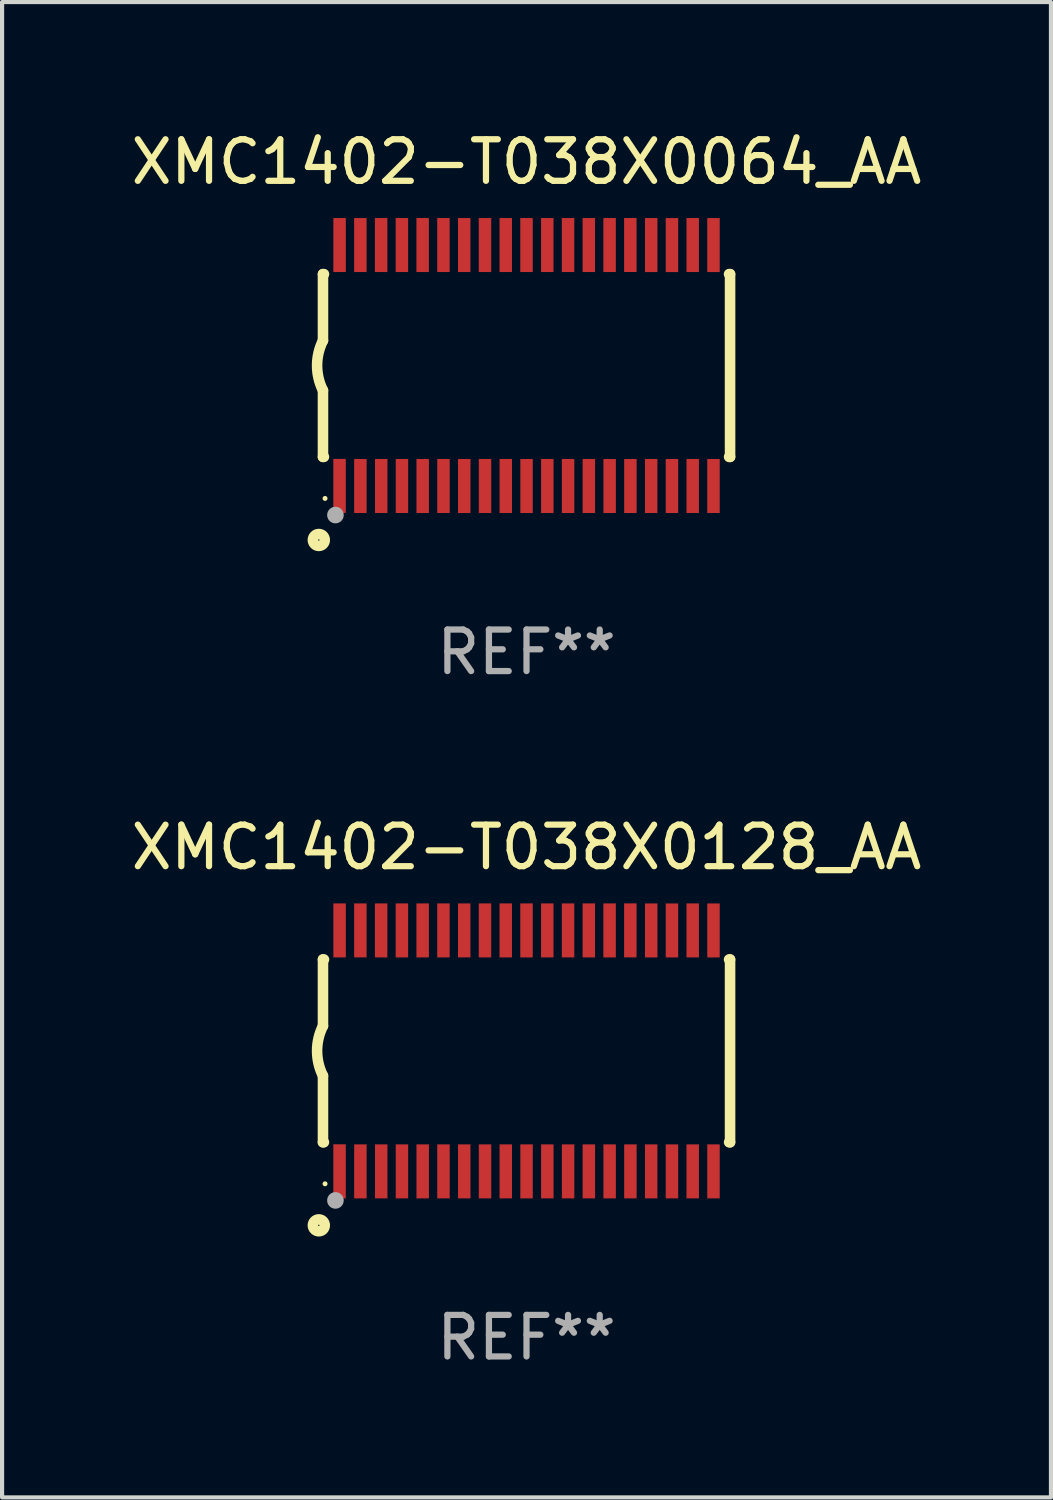
<source format=kicad_pcb>
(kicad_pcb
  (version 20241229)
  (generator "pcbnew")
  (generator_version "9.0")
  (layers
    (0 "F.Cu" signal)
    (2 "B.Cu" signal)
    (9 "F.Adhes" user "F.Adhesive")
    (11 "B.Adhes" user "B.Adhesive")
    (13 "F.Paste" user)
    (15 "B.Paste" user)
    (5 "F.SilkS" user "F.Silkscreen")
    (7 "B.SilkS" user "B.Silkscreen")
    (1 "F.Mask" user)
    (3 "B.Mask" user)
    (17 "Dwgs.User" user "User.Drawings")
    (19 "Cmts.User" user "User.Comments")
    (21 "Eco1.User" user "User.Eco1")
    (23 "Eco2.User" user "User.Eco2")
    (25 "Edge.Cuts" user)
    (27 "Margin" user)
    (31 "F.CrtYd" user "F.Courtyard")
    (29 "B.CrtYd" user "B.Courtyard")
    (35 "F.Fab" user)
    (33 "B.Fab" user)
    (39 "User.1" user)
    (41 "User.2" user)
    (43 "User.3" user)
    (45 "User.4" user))
  (footprint "XMC1402-T038X0128_AA"
    (layer "F.Cu")
    (at 9.625 22.248)
    (property "Reference" "XMC1402-T038X0128_AA" (at 0 -4.901 0) (layer "F.SilkS") (effects (font (size 1 1) (thickness 0.15))))
    (attr through_hole)
    (fp_line (start -4.9 -2.2) (end -4.9 -0.6) (stroke (width 0.254) (type solid)) (layer "F.SilkS"))
    (fp_line (start -4.9 -2.2) (end -4.876 -2.2) (stroke (width 0.254) (type solid)) (layer "F.SilkS"))
    (fp_line (start -4.9 2.2) (end -4.9 0.6) (stroke (width 0.254) (type solid)) (layer "F.SilkS"))
    (fp_line (start -4.9 2.2) (end -4.877 2.2) (stroke (width 0.254) (type solid)) (layer "F.SilkS"))
    (fp_line (start 4.876 -2.2) (end 4.9 -2.2) (stroke (width 0.254) (type solid)) (layer "F.SilkS"))
    (fp_line (start 4.877 2.2) (end 4.9 2.2) (stroke (width 0.254) (type solid)) (layer "F.SilkS"))
    (fp_line (start 4.9 -2.2) (end 4.9 2.2) (stroke (width 0.254) (type solid)) (layer "F.SilkS"))
    (fp_arc (start -4.900051 0.599822) (mid -5.041652 -0.000095) (end -4.9 -0.6) (stroke (width 0.254001) (type solid)) (layer "F.SilkS"))
    (fp_circle (center -5 4.2) (end -4.857 4.2) (stroke (width 0.254) (type solid)) (fill no) (layer "F.SilkS"))
    (fp_circle (center -4.85 3.2) (end -4.82 3.2) (stroke (width 0.06) (type solid)) (fill no) (layer "F.SilkS"))
    (fp_circle (center -4.6 3.6) (end -4.5 3.6) (stroke (width 0.2) (type solid)) (fill no) (layer "F.Fab"))
    (fp_text user "REF**" (at 0 6.901 0) (layer "F.Fab") (effects (font (size 1 1) (thickness 0.15))))
    (pad "1" smd rect (at -4.501 2.899 90) (size 1.3 0.3) (layers "F.Cu" "F.Mask" "F.Paste"))
    (pad "2" smd rect (at -3.999 2.901 90) (size 1.3 0.3) (layers "F.Cu" "F.Mask" "F.Paste"))
    (pad "3" smd rect (at -3.498 2.901 90) (size 1.3 0.3) (layers "F.Cu" "F.Mask" "F.Paste"))
    (pad "4" smd rect (at -2.999 2.901 90) (size 1.3 0.3) (layers "F.Cu" "F.Mask" "F.Paste"))
    (pad "5" smd rect (at -2.499 2.901 90) (size 1.3 0.3) (layers "F.Cu" "F.Mask" "F.Paste"))
    (pad "6" smd rect (at -1.999 2.901 90) (size 1.3 0.3) (layers "F.Cu" "F.Mask" "F.Paste"))
    (pad "7" smd rect (at -1.499 2.901 90) (size 1.3 0.3) (layers "F.Cu" "F.Mask" "F.Paste"))
    (pad "8" smd rect (at -0.999 2.901 90) (size 1.3 0.3) (layers "F.Cu" "F.Mask" "F.Paste"))
    (pad "9" smd rect (at -0.499 2.901 90) (size 1.3 0.3) (layers "F.Cu" "F.Mask" "F.Paste"))
    (pad "10" smd rect (at 0.001 2.901 90) (size 1.3 0.3) (layers "F.Cu" "F.Mask" "F.Paste"))
    (pad "11" smd rect (at 0.501 2.901 90) (size 1.3 0.3) (layers "F.Cu" "F.Mask" "F.Paste"))
    (pad "12" smd rect (at 1.001 2.901 90) (size 1.3 0.3) (layers "F.Cu" "F.Mask" "F.Paste"))
    (pad "13" smd rect (at 1.501 2.901 90) (size 1.3 0.3) (layers "F.Cu" "F.Mask" "F.Paste"))
    (pad "14" smd rect (at 2.001 2.901 90) (size 1.3 0.3) (layers "F.Cu" "F.Mask" "F.Paste"))
    (pad "15" smd rect (at 2.501 2.901 90) (size 1.3 0.3) (layers "F.Cu" "F.Mask" "F.Paste"))
    (pad "16" smd rect (at 3.001 2.901 90) (size 1.3 0.3) (layers "F.Cu" "F.Mask" "F.Paste"))
    (pad "17" smd rect (at 3.501 2.901 90) (size 1.3 0.3) (layers "F.Cu" "F.Mask" "F.Paste"))
    (pad "18" smd rect (at 4.001 2.901 90) (size 1.3 0.3) (layers "F.Cu" "F.Mask" "F.Paste"))
    (pad "19" smd rect (at 4.501 2.901 90) (size 1.3 0.3) (layers "F.Cu" "F.Mask" "F.Paste"))
    (pad "20" smd rect (at 4.501 -2.899 90) (size 1.3 0.3) (layers "F.Cu" "F.Mask" "F.Paste"))
    (pad "21" smd rect (at 4.001 -2.9 90) (size 1.3 0.3) (layers "F.Cu" "F.Mask" "F.Paste"))
    (pad "22" smd rect (at 3.501 -2.899 90) (size 1.3 0.3) (layers "F.Cu" "F.Mask" "F.Paste"))
    (pad "23" smd rect (at 3.002 -2.899 90) (size 1.3 0.3) (layers "F.Cu" "F.Mask" "F.Paste"))
    (pad "24" smd rect (at 2.499 -2.901 90) (size 1.3 0.3) (layers "F.Cu" "F.Mask" "F.Paste"))
    (pad "25" smd rect (at 2 -2.9 90) (size 1.3 0.3) (layers "F.Cu" "F.Mask" "F.Paste"))
    (pad "26" smd rect (at 1.5 -2.9 90) (size 1.3 0.3) (layers "F.Cu" "F.Mask" "F.Paste"))
    (pad "27" smd rect (at 1 -2.9 90) (size 1.3 0.3) (layers "F.Cu" "F.Mask" "F.Paste"))
    (pad "28" smd rect (at 0.5 -2.9 90) (size 1.3 0.3) (layers "F.Cu" "F.Mask" "F.Paste"))
    (pad "29" smd rect (at 0.000127 -2.9 90) (size 1.3 0.3) (layers "F.Cu" "F.Mask" "F.Paste"))
    (pad "30" smd rect (at -0.5 -2.9 90) (size 1.3 0.3) (layers "F.Cu" "F.Mask" "F.Paste"))
    (pad "31" smd rect (at -1 -2.9 90) (size 1.3 0.3) (layers "F.Cu" "F.Mask" "F.Paste"))
    (pad "32" smd rect (at -1.5 -2.9 90) (size 1.3 0.3) (layers "F.Cu" "F.Mask" "F.Paste"))
    (pad "33" smd rect (at -2 -2.9 90) (size 1.3 0.3) (layers "F.Cu" "F.Mask" "F.Paste"))
    (pad "34" smd rect (at -2.5 -2.9 90) (size 1.3 0.3) (layers "F.Cu" "F.Mask" "F.Paste"))
    (pad "35" smd rect (at -3 -2.9 90) (size 1.3 0.3) (layers "F.Cu" "F.Mask" "F.Paste"))
    (pad "36" smd rect (at -3.5 -2.9 90) (size 1.3 0.3) (layers "F.Cu" "F.Mask" "F.Paste"))
    (pad "37" smd rect (at -4 -2.9 90) (size 1.3 0.3) (layers "F.Cu" "F.Mask" "F.Paste"))
    (pad "38" smd rect (at -4.5 -2.9 90) (size 1.3 0.3) (layers "F.Cu" "F.Mask" "F.Paste")))
  (footprint "XMC1402-T038X0064_AA"
    (layer "F.Cu")
    (at 9.625 5.749)
    (property "Reference" "XMC1402-T038X0064_AA" (at 0 -4.901 0) (layer "F.SilkS") (effects (font (size 1 1) (thickness 0.15))))
    (attr through_hole)
    (fp_line (start -4.9 -2.2) (end -4.9 -0.6) (stroke (width 0.254) (type solid)) (layer "F.SilkS"))
    (fp_line (start -4.9 -2.2) (end -4.876 -2.2) (stroke (width 0.254) (type solid)) (layer "F.SilkS"))
    (fp_line (start -4.9 2.2) (end -4.9 0.6) (stroke (width 0.254) (type solid)) (layer "F.SilkS"))
    (fp_line (start -4.9 2.2) (end -4.877 2.2) (stroke (width 0.254) (type solid)) (layer "F.SilkS"))
    (fp_line (start 4.876 -2.2) (end 4.9 -2.2) (stroke (width 0.254) (type solid)) (layer "F.SilkS"))
    (fp_line (start 4.877 2.2) (end 4.9 2.2) (stroke (width 0.254) (type solid)) (layer "F.SilkS"))
    (fp_line (start 4.9 -2.2) (end 4.9 2.2) (stroke (width 0.254) (type solid)) (layer "F.SilkS"))
    (fp_arc (start -4.900051 0.599822) (mid -5.041652 -0.000095) (end -4.9 -0.6) (stroke (width 0.254001) (type solid)) (layer "F.SilkS"))
    (fp_circle (center -5 4.2) (end -4.857 4.2) (stroke (width 0.254) (type solid)) (fill no) (layer "F.SilkS"))
    (fp_circle (center -4.85 3.2) (end -4.82 3.2) (stroke (width 0.06) (type solid)) (fill no) (layer "F.SilkS"))
    (fp_circle (center -4.6 3.6) (end -4.5 3.6) (stroke (width 0.2) (type solid)) (fill no) (layer "F.Fab"))
    (fp_text user "REF**" (at 0 6.901 0) (layer "F.Fab") (effects (font (size 1 1) (thickness 0.15))))
    (pad "1" smd rect (at -4.501 2.899 90) (size 1.3 0.3) (layers "F.Cu" "F.Mask" "F.Paste"))
    (pad "2" smd rect (at -3.999 2.901 90) (size 1.3 0.3) (layers "F.Cu" "F.Mask" "F.Paste"))
    (pad "3" smd rect (at -3.498 2.901 90) (size 1.3 0.3) (layers "F.Cu" "F.Mask" "F.Paste"))
    (pad "4" smd rect (at -2.999 2.901 90) (size 1.3 0.3) (layers "F.Cu" "F.Mask" "F.Paste"))
    (pad "5" smd rect (at -2.499 2.901 90) (size 1.3 0.3) (layers "F.Cu" "F.Mask" "F.Paste"))
    (pad "6" smd rect (at -1.999 2.901 90) (size 1.3 0.3) (layers "F.Cu" "F.Mask" "F.Paste"))
    (pad "7" smd rect (at -1.499 2.901 90) (size 1.3 0.3) (layers "F.Cu" "F.Mask" "F.Paste"))
    (pad "8" smd rect (at -0.999 2.901 90) (size 1.3 0.3) (layers "F.Cu" "F.Mask" "F.Paste"))
    (pad "9" smd rect (at -0.499 2.901 90) (size 1.3 0.3) (layers "F.Cu" "F.Mask" "F.Paste"))
    (pad "10" smd rect (at 0.001 2.901 90) (size 1.3 0.3) (layers "F.Cu" "F.Mask" "F.Paste"))
    (pad "11" smd rect (at 0.501 2.901 90) (size 1.3 0.3) (layers "F.Cu" "F.Mask" "F.Paste"))
    (pad "12" smd rect (at 1.001 2.901 90) (size 1.3 0.3) (layers "F.Cu" "F.Mask" "F.Paste"))
    (pad "13" smd rect (at 1.501 2.901 90) (size 1.3 0.3) (layers "F.Cu" "F.Mask" "F.Paste"))
    (pad "14" smd rect (at 2.001 2.901 90) (size 1.3 0.3) (layers "F.Cu" "F.Mask" "F.Paste"))
    (pad "15" smd rect (at 2.501 2.901 90) (size 1.3 0.3) (layers "F.Cu" "F.Mask" "F.Paste"))
    (pad "16" smd rect (at 3.001 2.901 90) (size 1.3 0.3) (layers "F.Cu" "F.Mask" "F.Paste"))
    (pad "17" smd rect (at 3.501 2.901 90) (size 1.3 0.3) (layers "F.Cu" "F.Mask" "F.Paste"))
    (pad "18" smd rect (at 4.001 2.901 90) (size 1.3 0.3) (layers "F.Cu" "F.Mask" "F.Paste"))
    (pad "19" smd rect (at 4.501 2.901 90) (size 1.3 0.3) (layers "F.Cu" "F.Mask" "F.Paste"))
    (pad "20" smd rect (at 4.501 -2.899 90) (size 1.3 0.3) (layers "F.Cu" "F.Mask" "F.Paste"))
    (pad "21" smd rect (at 4.001 -2.9 90) (size 1.3 0.3) (layers "F.Cu" "F.Mask" "F.Paste"))
    (pad "22" smd rect (at 3.501 -2.899 90) (size 1.3 0.3) (layers "F.Cu" "F.Mask" "F.Paste"))
    (pad "23" smd rect (at 3.002 -2.899 90) (size 1.3 0.3) (layers "F.Cu" "F.Mask" "F.Paste"))
    (pad "24" smd rect (at 2.499 -2.901 90) (size 1.3 0.3) (layers "F.Cu" "F.Mask" "F.Paste"))
    (pad "25" smd rect (at 2 -2.9 90) (size 1.3 0.3) (layers "F.Cu" "F.Mask" "F.Paste"))
    (pad "26" smd rect (at 1.5 -2.9 90) (size 1.3 0.3) (layers "F.Cu" "F.Mask" "F.Paste"))
    (pad "27" smd rect (at 1 -2.9 90) (size 1.3 0.3) (layers "F.Cu" "F.Mask" "F.Paste"))
    (pad "28" smd rect (at 0.5 -2.9 90) (size 1.3 0.3) (layers "F.Cu" "F.Mask" "F.Paste"))
    (pad "29" smd rect (at 0.000127 -2.9 90) (size 1.3 0.3) (layers "F.Cu" "F.Mask" "F.Paste"))
    (pad "30" smd rect (at -0.5 -2.9 90) (size 1.3 0.3) (layers "F.Cu" "F.Mask" "F.Paste"))
    (pad "31" smd rect (at -1 -2.9 90) (size 1.3 0.3) (layers "F.Cu" "F.Mask" "F.Paste"))
    (pad "32" smd rect (at -1.5 -2.9 90) (size 1.3 0.3) (layers "F.Cu" "F.Mask" "F.Paste"))
    (pad "33" smd rect (at -2 -2.9 90) (size 1.3 0.3) (layers "F.Cu" "F.Mask" "F.Paste"))
    (pad "34" smd rect (at -2.5 -2.9 90) (size 1.3 0.3) (layers "F.Cu" "F.Mask" "F.Paste"))
    (pad "35" smd rect (at -3 -2.9 90) (size 1.3 0.3) (layers "F.Cu" "F.Mask" "F.Paste"))
    (pad "36" smd rect (at -3.5 -2.9 90) (size 1.3 0.3) (layers "F.Cu" "F.Mask" "F.Paste"))
    (pad "37" smd rect (at -4 -2.9 90) (size 1.3 0.3) (layers "F.Cu" "F.Mask" "F.Paste"))
    (pad "38" smd rect (at -4.5 -2.9 90) (size 1.3 0.3) (layers "F.Cu" "F.Mask" "F.Paste")))
  (gr_rect
    (start -3 -3)
    (end 22.25 32.997)
    (stroke (width 0.1) (type default))
    (fill no)
    (layer "Edge.Cuts")))
</source>
